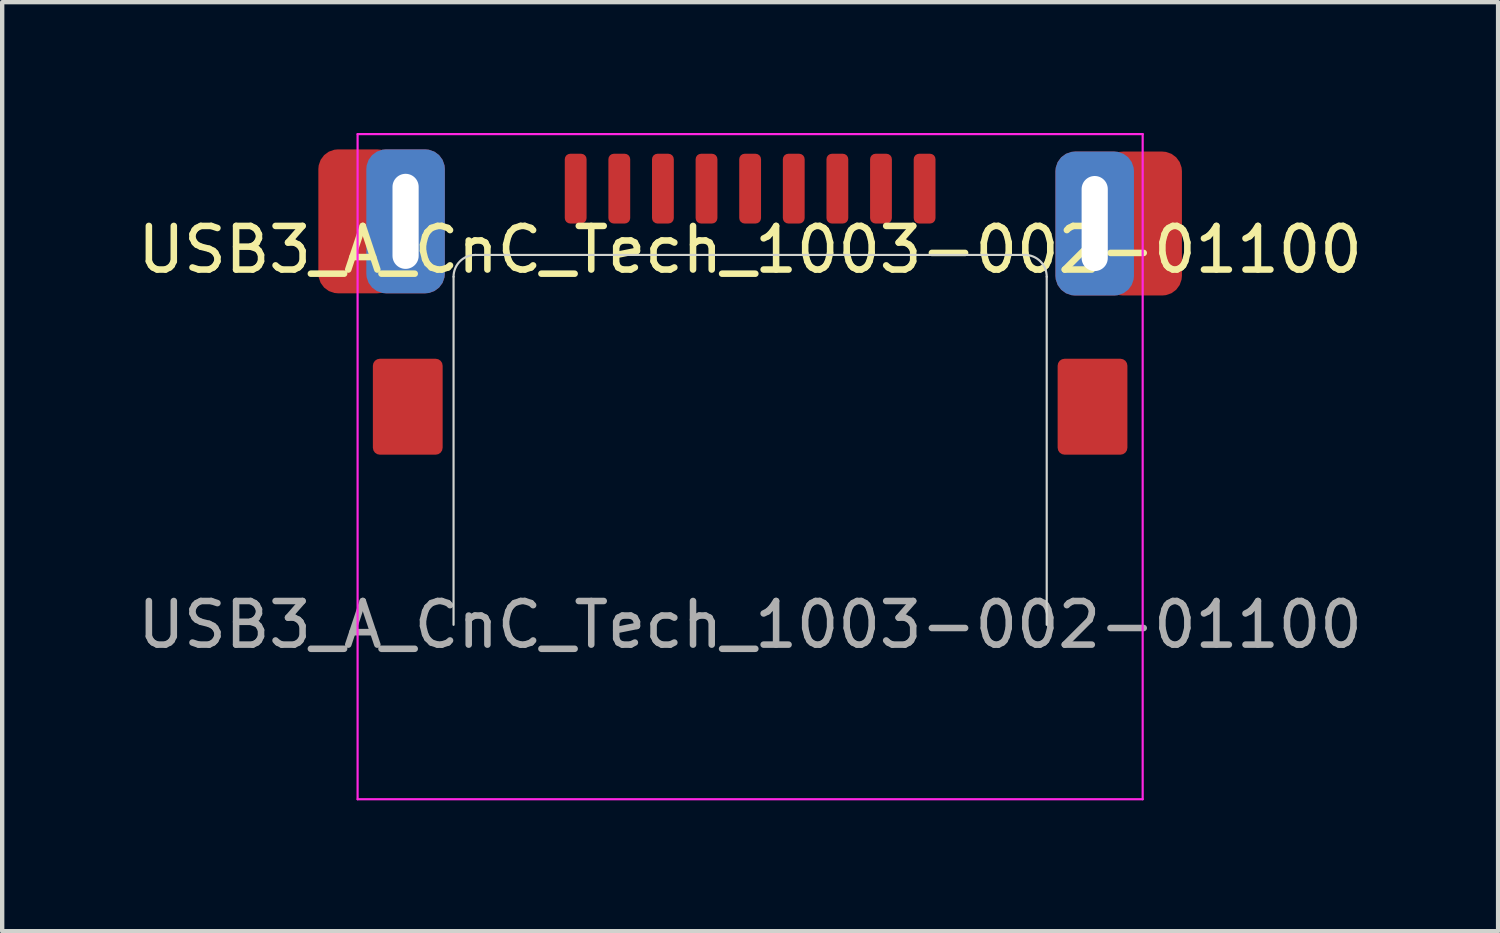
<source format=kicad_pcb>
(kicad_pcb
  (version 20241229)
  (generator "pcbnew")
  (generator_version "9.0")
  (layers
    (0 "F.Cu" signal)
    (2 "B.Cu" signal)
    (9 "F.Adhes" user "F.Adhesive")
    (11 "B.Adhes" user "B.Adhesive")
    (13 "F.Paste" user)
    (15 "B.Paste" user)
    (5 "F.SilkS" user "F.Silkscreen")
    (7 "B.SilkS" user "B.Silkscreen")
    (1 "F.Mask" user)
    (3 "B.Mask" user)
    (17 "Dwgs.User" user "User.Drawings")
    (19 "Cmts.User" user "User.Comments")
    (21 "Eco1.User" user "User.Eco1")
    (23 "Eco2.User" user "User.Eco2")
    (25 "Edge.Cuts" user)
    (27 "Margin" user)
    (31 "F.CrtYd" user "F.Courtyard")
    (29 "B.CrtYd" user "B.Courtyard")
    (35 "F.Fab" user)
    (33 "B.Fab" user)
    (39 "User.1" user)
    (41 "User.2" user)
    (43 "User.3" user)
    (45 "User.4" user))
  (footprint "USB3_A_CnC_Tech_1003-002-01100"
    (layer "F.Cu")
    (at 14.149 6.275)
    (property "Reference" "USB3_A_CnC_Tech_1003-002-01100" (at 0 -3.6 180) (layer "F.SilkS") (effects (font (size 1 1) (thickness 0.15))))
    (attr smd)
    (fp_line (start -6.8 -2.98) (end -6.8 5) (stroke (width 0.05) (type solid)) (layer "Edge.Cuts"))
    (fp_line (start 6.3 -3.48) (end -6.3 -3.48) (stroke (width 0.05) (type solid)) (layer "Edge.Cuts"))
    (fp_line (start 6.8 5) (end 6.8 -2.98) (stroke (width 0.05) (type solid)) (layer "Edge.Cuts"))
    (fp_arc (start -6.8 -2.98) (mid -6.653553 -3.333553) (end -6.3 -3.48) (stroke (width 0.05) (type solid)) (layer "Edge.Cuts"))
    (fp_arc (start 6.3 -3.48) (mid 6.653553 -3.333553) (end 6.8 -2.98) (stroke (width 0.05) (type solid)) (layer "Edge.Cuts"))
    (fp_line (start -9 -6.25) (end 9 -6.25) (stroke (width 0.05) (type solid)) (layer "F.CrtYd"))
    (fp_line (start -9 9) (end -9 -6.25) (stroke (width 0.05) (type solid)) (layer "F.CrtYd"))
    (fp_line (start 9 -6.25) (end 9 9) (stroke (width 0.05) (type solid)) (layer "F.CrtYd"))
    (fp_line (start 9 9) (end -9 9) (stroke (width 0.05) (type solid)) (layer "F.CrtYd"))
    (fp_text user "${REFERENCE}" (at 0 5 180) (layer "F.Fab") (effects (font (size 1 1) (thickness 0.15))))
    (pad "1" smd roundrect (at -3 -5) (size 0.5 1.6) (layers "F.Cu" "F.Mask" "F.Paste") (roundrect_rratio 0.25))
    (pad "2" smd roundrect (at -1 -5) (size 0.5 1.6) (layers "F.Cu" "F.Mask" "F.Paste") (roundrect_rratio 0.25))
    (pad "3" smd roundrect (at 1 -5) (size 0.5 1.6) (layers "F.Cu" "F.Mask" "F.Paste") (roundrect_rratio 0.25))
    (pad "4" smd roundrect (at 3 -5) (size 0.5 1.6) (layers "F.Cu" "F.Mask" "F.Paste") (roundrect_rratio 0.25))
    (pad "5" smd roundrect (at 4 -5) (size 0.5 1.6) (layers "F.Cu" "F.Mask" "F.Paste") (roundrect_rratio 0.25))
    (pad "6" smd roundrect (at 2 -5) (size 0.5 1.6) (layers "F.Cu" "F.Mask" "F.Paste") (roundrect_rratio 0.25))
    (pad "7" smd roundrect (at 0 -5) (size 0.5 1.6) (layers "F.Cu" "F.Mask" "F.Paste") (roundrect_rratio 0.25))
    (pad "8" smd roundrect (at -2 -5) (size 0.5 1.6) (layers "F.Cu" "F.Mask" "F.Paste") (roundrect_rratio 0.25))
    (pad "9" smd roundrect (at -4 -5) (size 0.5 1.6) (layers "F.Cu" "F.Mask" "F.Paste") (roundrect_rratio 0.25))
    (pad "10" smd roundrect (at -9 -4.25) (size 1.8 3.3) (layers "F.Cu" "F.Mask" "F.Paste") (roundrect_rratio 0.25))
    (pad "10" thru_hole roundrect (at -7.9 -4.25 180) (size 1.8 3.3) (drill oval 0.6 2.18) (layers "*.Cu" "*.Mask" "F.Paste") (roundrect_rratio 0.25))
    (pad "10" smd roundrect (at -7.85 0) (size 1.6 2.2) (layers "F.Cu" "F.Mask" "F.Paste") (roundrect_rratio 0.1))
    (pad "10" smd roundrect (at 7.85 0) (size 1.6 2.2) (layers "F.Cu" "F.Mask" "F.Paste") (roundrect_rratio 0.1))
    (pad "10" thru_hole roundrect (at 7.9 -4.2 180) (size 1.8 3.3) (drill oval 0.6 2.18) (layers "*.Cu" "*.Mask" "F.Paste") (roundrect_rratio 0.25))
    (pad "10" smd roundrect (at 9 -4.2) (size 1.8 3.3) (layers "F.Cu" "F.Mask" "F.Paste") (roundrect_rratio 0.25)))
  (gr_rect
    (start -3 -3)
    (end 31.298 18.3)
    (stroke (width 0.1) (type default))
    (fill no)
    (layer "Edge.Cuts")))
</source>
